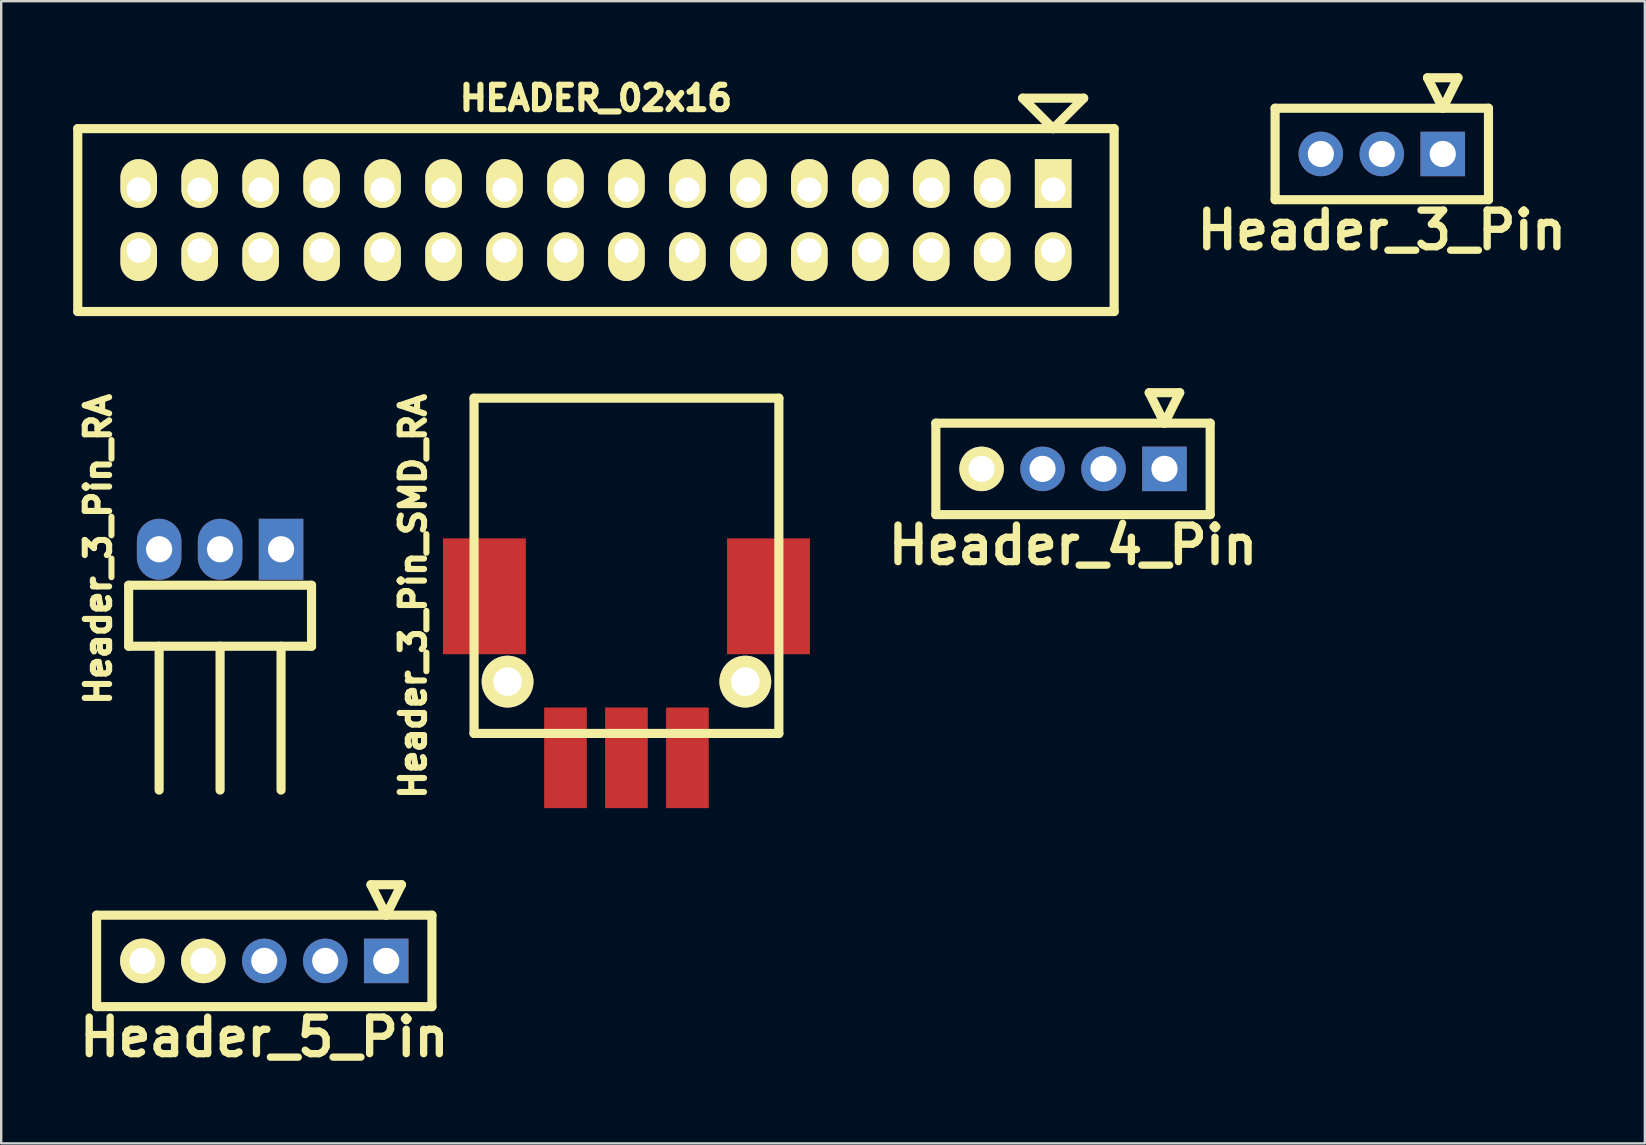
<source format=kicad_pcb>
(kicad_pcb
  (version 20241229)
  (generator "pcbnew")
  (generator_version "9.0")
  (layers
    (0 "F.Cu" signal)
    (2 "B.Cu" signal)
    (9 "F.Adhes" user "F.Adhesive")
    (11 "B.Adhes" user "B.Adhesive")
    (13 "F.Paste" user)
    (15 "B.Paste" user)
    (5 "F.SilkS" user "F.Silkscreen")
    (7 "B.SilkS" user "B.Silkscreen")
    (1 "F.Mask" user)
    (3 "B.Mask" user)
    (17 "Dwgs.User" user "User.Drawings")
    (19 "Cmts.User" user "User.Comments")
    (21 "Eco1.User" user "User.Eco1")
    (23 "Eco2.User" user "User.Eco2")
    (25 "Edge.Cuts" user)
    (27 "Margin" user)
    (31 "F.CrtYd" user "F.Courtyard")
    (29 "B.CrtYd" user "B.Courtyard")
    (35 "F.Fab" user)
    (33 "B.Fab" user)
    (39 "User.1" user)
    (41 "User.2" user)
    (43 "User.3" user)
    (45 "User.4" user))
  (footprint "Header_3_Pin_SMD_RA"
    (layer "F.Cu")
    (at 23.051 21.794)
    (property "Reference" "Header_3_Pin_SMD_RA" (at -8.89 0 90) (layer "F.SilkS") (effects (font (size 1.016 1.016) (thickness 0.254))))
    (attr through_hole)
    (fp_line (start -6.35 -8.255) (end -6.35 5.715) (stroke (width 0.381) (type solid)) (layer "F.SilkS"))
    (fp_line (start -6.35 -8.255) (end 6.35 -8.255) (stroke (width 0.381) (type solid)) (layer "F.SilkS"))
    (fp_line (start -6.35 5.715) (end 6.35 5.715) (stroke (width 0.381) (type solid)) (layer "F.SilkS"))
    (fp_line (start 6.35 -8.255) (end 6.35 5.715) (stroke (width 0.381) (type solid)) (layer "F.SilkS"))
    (pad "" smd rect (at -5.918 0) (size 3.454 4.826) (layers "F.Cu" "F.Mask" "F.Paste"))
    (pad "" thru_hole circle (at -4.953 3.556) (size 2.159 2.159) (drill 1.194) (layers "*.Cu" "*.Mask" "F.SilkS"))
    (pad "" thru_hole circle (at 4.953 3.556) (size 2.159 2.159) (drill 1.194) (layers "*.Cu" "*.Mask" "F.SilkS"))
    (pad "" smd rect (at 5.918 0) (size 3.454 4.826) (layers "F.Cu" "F.Mask" "F.Paste"))
    (pad "1" smd rect (at -2.54 6.731) (size 1.778 4.191) (layers "F.Cu" "F.Mask" "F.Paste"))
    (pad "2" smd rect (at 0 6.731) (size 1.778 4.191) (layers "F.Cu" "F.Mask" "F.Paste"))
    (pad "3" smd rect (at 2.54 6.731) (size 1.778 4.191) (layers "F.Cu" "F.Mask" "F.Paste")))
  (footprint "Header_5_Pin"
    (layer "F.Cu")
    (at 7.961 36.986)
    (property "Reference" "Header_5_Pin" (at 0 3.175 0) (layer "F.SilkS") (effects (font (size 1.524 1.524) (thickness 0.305))))
    (attr through_hole)
    (fp_line (start -6.985 -1.905) (end -6.985 1.905) (stroke (width 0.381) (type solid)) (layer "F.SilkS"))
    (fp_line (start -6.985 -1.905) (end 6.985 -1.905) (stroke (width 0.381) (type solid)) (layer "F.SilkS"))
    (fp_line (start -6.985 1.905) (end 6.985 1.905) (stroke (width 0.381) (type solid)) (layer "F.SilkS"))
    (fp_line (start 4.445 -3.175) (end 5.08 -1.905) (stroke (width 0.381) (type solid)) (layer "F.SilkS"))
    (fp_line (start 5.08 -1.905) (end 5.715 -3.175) (stroke (width 0.381) (type solid)) (layer "F.SilkS"))
    (fp_line (start 5.715 -3.175) (end 4.445 -3.175) (stroke (width 0.381) (type solid)) (layer "F.SilkS"))
    (fp_line (start 6.985 1.905) (end 6.985 -1.905) (stroke (width 0.381) (type solid)) (layer "F.SilkS"))
    (pad "1" thru_hole rect (at 5.08 0) (size 1.854 1.854) (drill 1.092) (layers "*.Cu" "*.Mask"))
    (pad "2" thru_hole circle (at 2.54 0) (size 1.854 1.854) (drill 1.092) (layers "*.Cu" "*.Mask"))
    (pad "3" thru_hole circle (at 0 0) (size 1.854 1.854) (drill 1.092) (layers "*.Cu" "*.Mask"))
    (pad "4" thru_hole circle (at -2.54 0) (size 1.854 1.854) (drill 1.092) (layers "*.Cu" "*.Mask" "F.SilkS"))
    (pad "5" thru_hole circle (at -5.08 0) (size 1.854 1.854) (drill 1.092) (layers "*.Cu" "*.Mask" "F.SilkS")))
  (footprint "Header_3_Pin"
    (layer "F.Cu")
    (at 54.522 3.365)
    (property "Reference" "Header_3_Pin" (at 0 3.175 0) (layer "F.SilkS") (effects (font (size 1.524 1.524) (thickness 0.305))))
    (attr through_hole)
    (fp_line (start -4.445 -1.905) (end -4.445 1.905) (stroke (width 0.381) (type solid)) (layer "F.SilkS"))
    (fp_line (start -4.445 -1.905) (end 4.445 -1.905) (stroke (width 0.381) (type solid)) (layer "F.SilkS"))
    (fp_line (start -4.445 1.905) (end 4.445 1.905) (stroke (width 0.381) (type solid)) (layer "F.SilkS"))
    (fp_line (start 1.905 -3.175) (end 2.54 -1.905) (stroke (width 0.381) (type solid)) (layer "F.SilkS"))
    (fp_line (start 2.54 -1.905) (end 3.175 -3.175) (stroke (width 0.381) (type solid)) (layer "F.SilkS"))
    (fp_line (start 3.175 -3.175) (end 1.905 -3.175) (stroke (width 0.381) (type solid)) (layer "F.SilkS"))
    (fp_line (start 4.445 1.905) (end 4.445 -1.905) (stroke (width 0.381) (type solid)) (layer "F.SilkS"))
    (pad "1" thru_hole rect (at 2.54 0) (size 1.854 1.854) (drill 1.092) (layers "*.Cu" "*.Mask"))
    (pad "2" thru_hole circle (at 0 0) (size 1.854 1.854) (drill 1.092) (layers "*.Cu" "*.Mask"))
    (pad "3" thru_hole circle (at -2.54 0) (size 1.854 1.854) (drill 1.092) (layers "*.Cu" "*.Mask")))
  (footprint "Header_3_Pin_RA"
    (layer "F.Cu")
    (at 6.12 19.835)
    (property "Reference" "Header_3_Pin_RA" (at -5.08 0 90) (layer "F.SilkS") (effects (font (size 1.016 1.016) (thickness 0.254))))
    (attr through_hole)
    (fp_line (start -3.81 1.499) (end -3.81 4.039) (stroke (width 0.381) (type solid)) (layer "F.SilkS"))
    (fp_line (start -3.81 1.499) (end 3.81 1.499) (stroke (width 0.381) (type solid)) (layer "F.SilkS"))
    (fp_line (start -3.81 4.039) (end 3.81 4.039) (stroke (width 0.381) (type solid)) (layer "F.SilkS"))
    (fp_line (start -2.54 4.039) (end -2.54 10.033) (stroke (width 0.381) (type solid)) (layer "F.SilkS"))
    (fp_line (start 0 4.039) (end 0 10.033) (stroke (width 0.381) (type solid)) (layer "F.SilkS"))
    (fp_line (start 2.54 4.039) (end 2.54 10.033) (stroke (width 0.381) (type solid)) (layer "F.SilkS"))
    (fp_line (start 3.81 1.499) (end 3.81 4.039) (stroke (width 0.381) (type solid)) (layer "F.SilkS"))
    (pad "1" thru_hole rect (at 2.54 0) (size 1.854 2.54) (drill 1.092) (layers "*.Cu" "*.Mask"))
    (pad "2" thru_hole oval (at 0 0) (size 1.854 2.54) (drill 1.092) (layers "*.Cu" "*.Mask"))
    (pad "3" thru_hole oval (at -2.54 0) (size 1.854 2.54) (drill 1.092) (layers "*.Cu" "*.Mask")))
  (footprint "HEADER_02x16"
    (layer "F.Cu")
    (at 21.78 6.12)
    (property "Reference" "HEADER_02x16" (at 0 -5.08 0) (layer "F.SilkS") (effects (font (size 1.016 1.016) (thickness 0.254))))
    (attr through_hole)
    (fp_line (start -21.59 -3.81) (end 21.59 -3.81) (stroke (width 0.381) (type solid)) (layer "F.SilkS"))
    (fp_line (start -21.59 3.81) (end -21.59 -3.81) (stroke (width 0.381) (type solid)) (layer "F.SilkS"))
    (fp_line (start 17.78 -5.08) (end 19.05 -3.81) (stroke (width 0.381) (type solid)) (layer "F.SilkS"))
    (fp_line (start 19.05 -3.81) (end 20.32 -5.08) (stroke (width 0.381) (type solid)) (layer "F.SilkS"))
    (fp_line (start 20.32 -5.08) (end 17.78 -5.08) (stroke (width 0.381) (type solid)) (layer "F.SilkS"))
    (fp_line (start 21.59 -3.81) (end 21.59 3.81) (stroke (width 0.381) (type solid)) (layer "F.SilkS"))
    (fp_line (start 21.59 3.81) (end -21.59 3.81) (stroke (width 0.381) (type solid)) (layer "F.SilkS"))
    (pad "1" thru_hole rect (at 19.05 -1.27) (size 1.524 2.032) (drill 1.016 (offset 0 -0.254)) (layers "*.Cu" "*.Mask" "F.SilkS"))
    (pad "2" thru_hole oval (at 19.05 1.27) (size 1.524 2.032) (drill 1.016 (offset 0 0.254)) (layers "*.Cu" "*.Mask" "F.SilkS"))
    (pad "3" thru_hole oval (at 16.51 -1.27) (size 1.524 2.032) (drill 1.016 (offset 0 -0.254)) (layers "*.Cu" "*.Mask" "F.SilkS"))
    (pad "4" thru_hole oval (at 16.51 1.27) (size 1.524 2.032) (drill 1.016 (offset 0 0.254)) (layers "*.Cu" "*.Mask" "F.SilkS"))
    (pad "5" thru_hole oval (at 13.97 -1.27) (size 1.524 2.032) (drill 1.016 (offset 0 -0.254)) (layers "*.Cu" "*.Mask" "F.SilkS"))
    (pad "6" thru_hole oval (at 13.97 1.27) (size 1.524 2.032) (drill 1.016 (offset 0 0.254)) (layers "*.Cu" "*.Mask" "F.SilkS"))
    (pad "7" thru_hole oval (at 11.43 -1.27) (size 1.524 2.032) (drill 1.016 (offset 0 -0.254)) (layers "*.Cu" "*.Mask" "F.SilkS"))
    (pad "8" thru_hole oval (at 11.43 1.27) (size 1.524 2.032) (drill 1.016 (offset 0 0.254)) (layers "*.Cu" "*.Mask" "F.SilkS"))
    (pad "9" thru_hole oval (at 8.89 -1.27) (size 1.524 2.032) (drill 1.016 (offset 0 -0.254)) (layers "*.Cu" "*.Mask" "F.SilkS"))
    (pad "10" thru_hole oval (at 8.89 1.27) (size 1.524 2.032) (drill 1.016 (offset 0 0.254)) (layers "*.Cu" "*.Mask" "F.SilkS"))
    (pad "11" thru_hole oval (at 6.35 -1.27) (size 1.524 2.032) (drill 1.016 (offset 0 -0.254)) (layers "*.Cu" "*.Mask" "F.SilkS"))
    (pad "12" thru_hole oval (at 6.35 1.27) (size 1.524 2.032) (drill 1.016 (offset 0 0.254)) (layers "*.Cu" "*.Mask" "F.SilkS"))
    (pad "13" thru_hole oval (at 3.81 -1.27) (size 1.524 2.032) (drill 1.016 (offset 0 -0.254)) (layers "*.Cu" "*.Mask" "F.SilkS"))
    (pad "14" thru_hole oval (at 3.81 1.27) (size 1.524 2.032) (drill 1.016 (offset 0 0.254)) (layers "*.Cu" "*.Mask" "F.SilkS"))
    (pad "15" thru_hole oval (at 1.27 -1.27) (size 1.524 2.032) (drill 1.016 (offset 0 -0.254)) (layers "*.Cu" "*.Mask" "F.SilkS"))
    (pad "16" thru_hole oval (at 1.27 1.27) (size 1.524 2.032) (drill 1.016 (offset 0 0.254)) (layers "*.Cu" "*.Mask" "F.SilkS"))
    (pad "17" thru_hole oval (at -1.27 -1.27) (size 1.524 2.032) (drill 1.016 (offset 0 -0.254)) (layers "*.Cu" "*.Mask" "F.SilkS"))
    (pad "18" thru_hole oval (at -1.27 1.27) (size 1.524 2.032) (drill 1.016 (offset 0 0.254)) (layers "*.Cu" "*.Mask" "F.SilkS"))
    (pad "19" thru_hole oval (at -3.81 -1.27) (size 1.524 2.032) (drill 1.016 (offset 0 -0.254)) (layers "*.Cu" "*.Mask" "F.SilkS"))
    (pad "20" thru_hole oval (at -3.81 1.27) (size 1.524 2.032) (drill 1.016 (offset 0 0.254)) (layers "*.Cu" "*.Mask" "F.SilkS"))
    (pad "21" thru_hole oval (at -6.35 -1.27) (size 1.524 2.032) (drill 1.016 (offset 0 -0.254)) (layers "*.Cu" "*.Mask" "F.SilkS"))
    (pad "22" thru_hole oval (at -6.35 1.27) (size 1.524 2.032) (drill 1.016 (offset 0 0.254)) (layers "*.Cu" "*.Mask" "F.SilkS"))
    (pad "23" thru_hole oval (at -8.89 -1.27) (size 1.524 2.032) (drill 1.016 (offset 0 -0.254)) (layers "*.Cu" "*.Mask" "F.SilkS"))
    (pad "24" thru_hole oval (at -8.89 1.27) (size 1.524 2.032) (drill 1.016 (offset 0 0.254)) (layers "*.Cu" "*.Mask" "F.SilkS"))
    (pad "25" thru_hole oval (at -11.43 -1.27) (size 1.524 2.032) (drill 1.016 (offset 0 -0.254)) (layers "*.Cu" "*.Mask" "F.SilkS"))
    (pad "26" thru_hole oval (at -11.43 1.27) (size 1.524 2.032) (drill 1.016 (offset 0 0.254)) (layers "*.Cu" "*.Mask" "F.SilkS"))
    (pad "27" thru_hole oval (at -13.97 -1.27) (size 1.524 2.032) (drill 1.016 (offset 0 -0.254)) (layers "*.Cu" "*.Mask" "F.SilkS"))
    (pad "28" thru_hole oval (at -13.97 1.27) (size 1.524 2.032) (drill 1.016 (offset 0 0.254)) (layers "*.Cu" "*.Mask" "F.SilkS"))
    (pad "29" thru_hole oval (at -16.51 -1.27) (size 1.524 2.032) (drill 1.016 (offset 0 -0.254)) (layers "*.Cu" "*.Mask" "F.SilkS"))
    (pad "30" thru_hole oval (at -16.51 1.27) (size 1.524 2.032) (drill 1.016 (offset 0 0.254)) (layers "*.Cu" "*.Mask" "F.SilkS"))
    (pad "31" thru_hole oval (at -19.05 -1.27) (size 1.524 2.032) (drill 1.016 (offset 0 -0.254)) (layers "*.Cu" "*.Mask" "F.SilkS"))
    (pad "32" thru_hole oval (at -19.05 1.27) (size 1.524 2.032) (drill 1.016 (offset 0 0.254)) (layers "*.Cu" "*.Mask" "F.SilkS")))
  (footprint "Header_4_Pin"
    (layer "F.Cu")
    (at 41.657 16.486)
    (property "Reference" "Header_4_Pin" (at 0 3.175 0) (layer "F.SilkS") (effects (font (size 1.524 1.524) (thickness 0.305))))
    (attr through_hole)
    (fp_line (start -5.715 -1.905) (end -5.715 1.905) (stroke (width 0.381) (type solid)) (layer "F.SilkS"))
    (fp_line (start 3.175 -3.175) (end 3.81 -1.905) (stroke (width 0.381) (type solid)) (layer "F.SilkS"))
    (fp_line (start 3.81 -1.905) (end 4.445 -3.175) (stroke (width 0.381) (type solid)) (layer "F.SilkS"))
    (fp_line (start 4.445 -3.175) (end 3.175 -3.175) (stroke (width 0.381) (type solid)) (layer "F.SilkS"))
    (fp_line (start 5.715 -1.905) (end -5.715 -1.905) (stroke (width 0.381) (type solid)) (layer "F.SilkS"))
    (fp_line (start 5.715 1.905) (end -5.715 1.905) (stroke (width 0.381) (type solid)) (layer "F.SilkS"))
    (fp_line (start 5.715 1.905) (end 5.715 -1.905) (stroke (width 0.381) (type solid)) (layer "F.SilkS"))
    (pad "1" thru_hole rect (at 3.81 0) (size 1.854 1.854) (drill 1.092) (layers "*.Cu" "*.Mask"))
    (pad "2" thru_hole circle (at 1.27 0) (size 1.854 1.854) (drill 1.092) (layers "*.Cu" "*.Mask"))
    (pad "3" thru_hole circle (at -1.27 0) (size 1.854 1.854) (drill 1.092) (layers "*.Cu" "*.Mask"))
    (pad "4" thru_hole circle (at -3.81 0) (size 1.854 1.854) (drill 1.092) (layers "*.Cu" "*.Mask" "F.SilkS")))
  (gr_rect
    (start -3 -3)
    (end 65.483 44.588)
    (stroke (width 0.1) (type default))
    (fill no)
    (layer "Edge.Cuts")))
</source>
